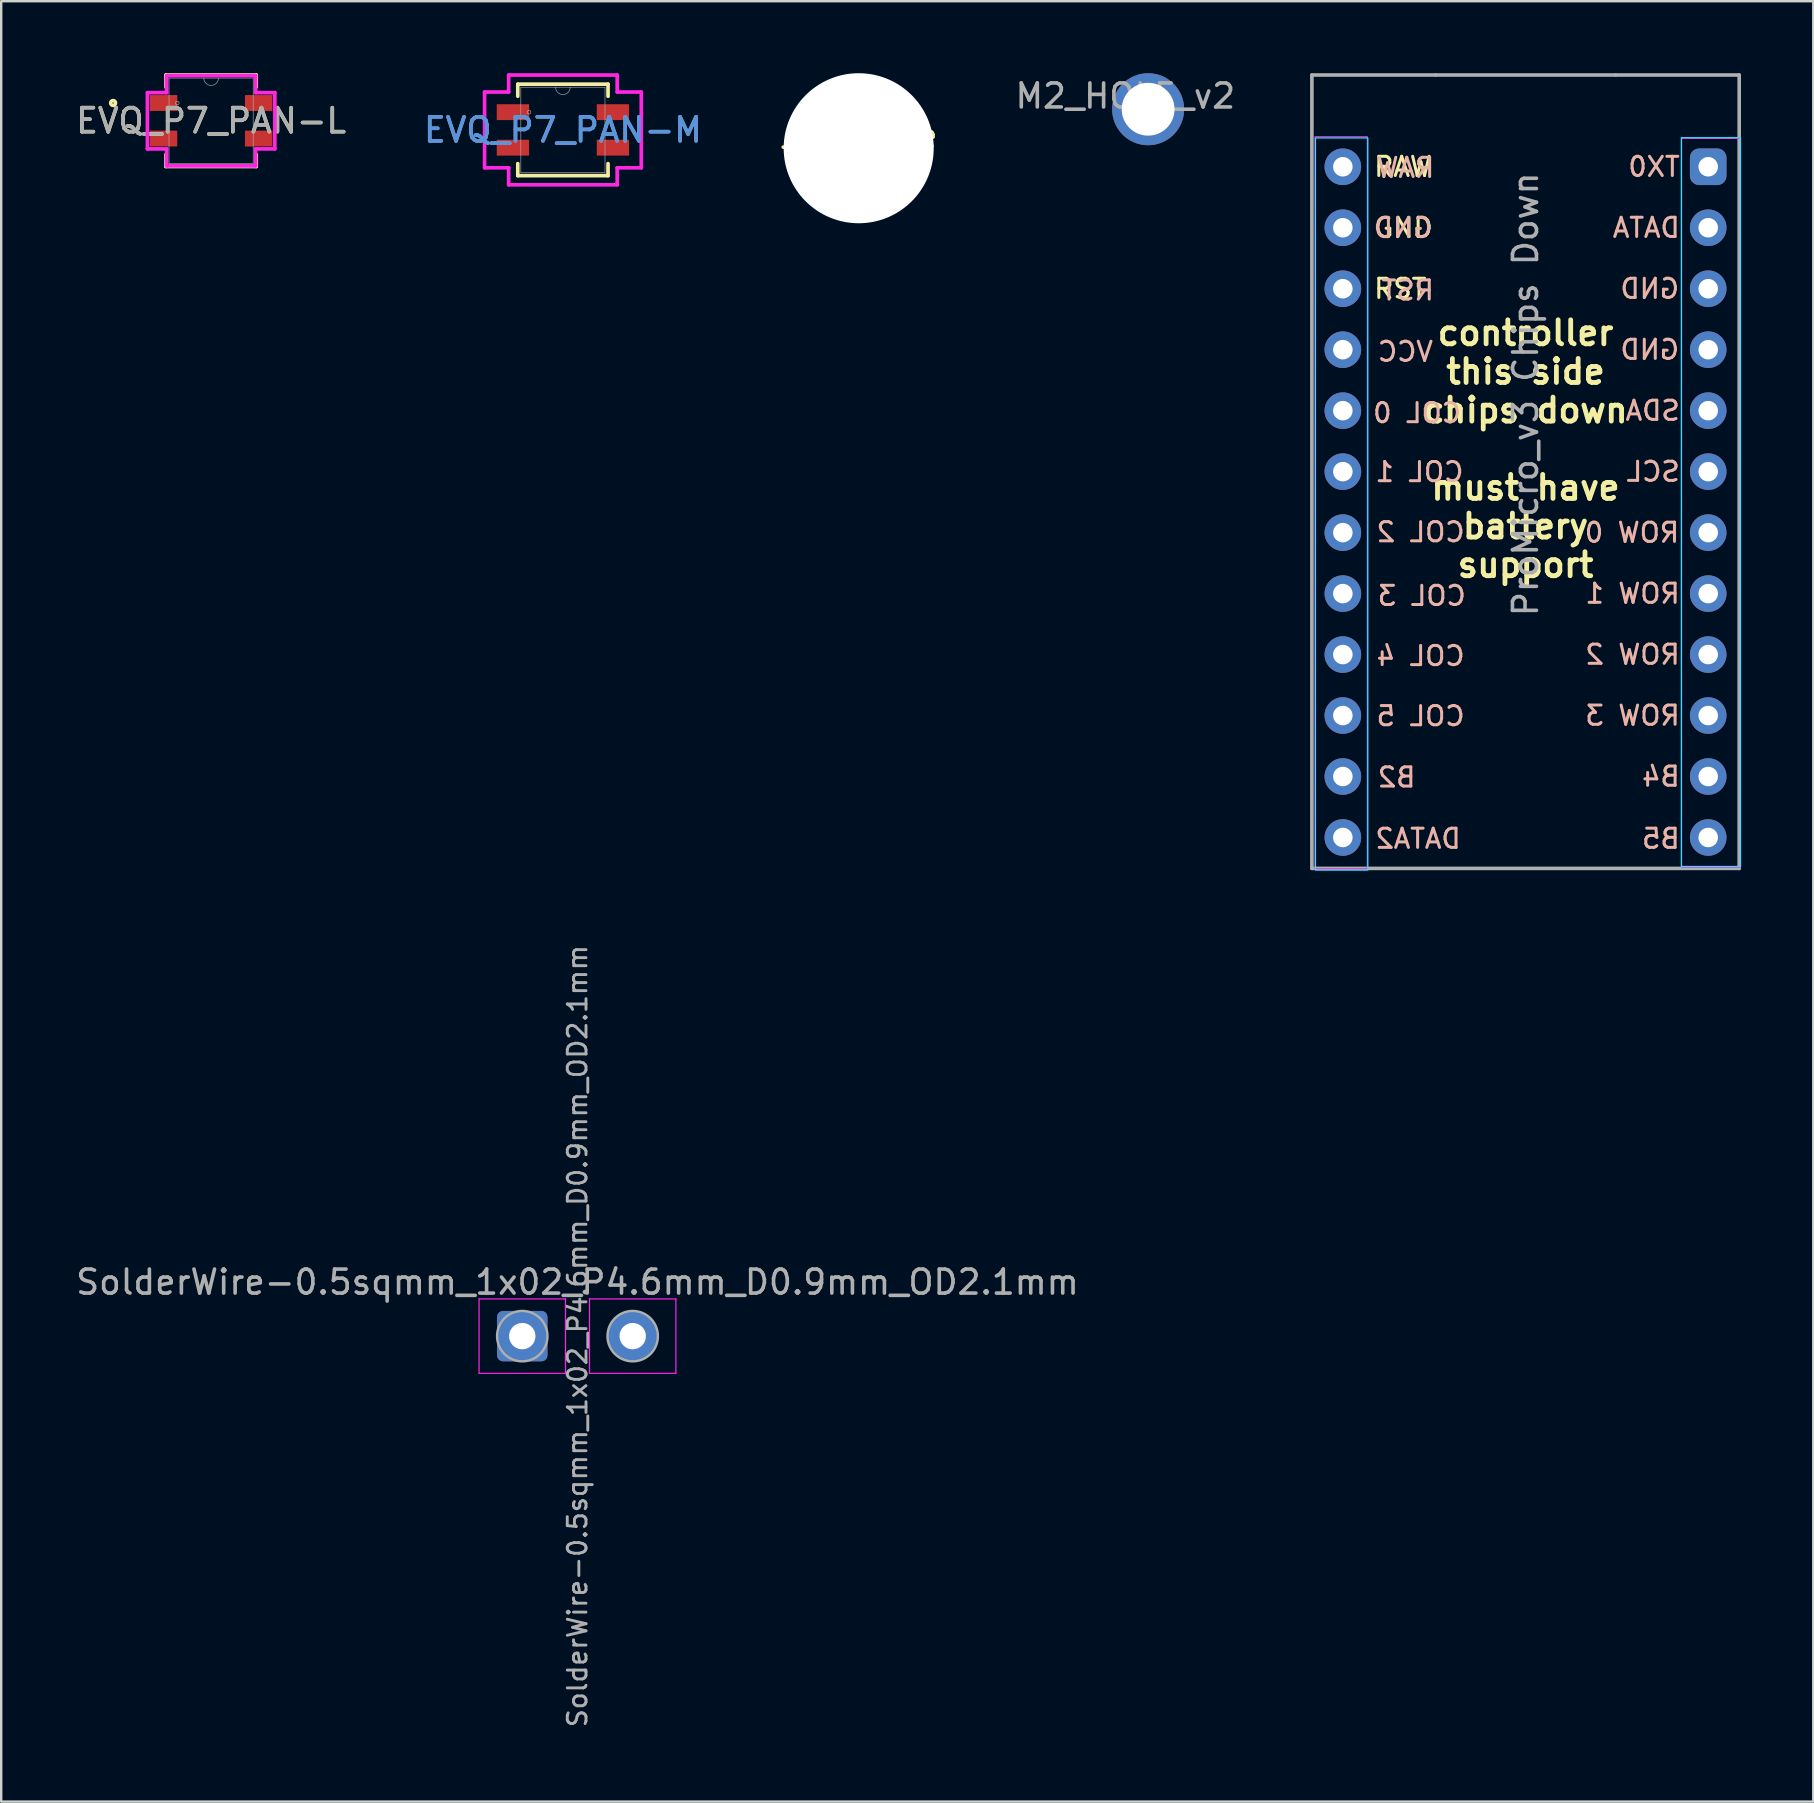
<source format=kicad_pcb>
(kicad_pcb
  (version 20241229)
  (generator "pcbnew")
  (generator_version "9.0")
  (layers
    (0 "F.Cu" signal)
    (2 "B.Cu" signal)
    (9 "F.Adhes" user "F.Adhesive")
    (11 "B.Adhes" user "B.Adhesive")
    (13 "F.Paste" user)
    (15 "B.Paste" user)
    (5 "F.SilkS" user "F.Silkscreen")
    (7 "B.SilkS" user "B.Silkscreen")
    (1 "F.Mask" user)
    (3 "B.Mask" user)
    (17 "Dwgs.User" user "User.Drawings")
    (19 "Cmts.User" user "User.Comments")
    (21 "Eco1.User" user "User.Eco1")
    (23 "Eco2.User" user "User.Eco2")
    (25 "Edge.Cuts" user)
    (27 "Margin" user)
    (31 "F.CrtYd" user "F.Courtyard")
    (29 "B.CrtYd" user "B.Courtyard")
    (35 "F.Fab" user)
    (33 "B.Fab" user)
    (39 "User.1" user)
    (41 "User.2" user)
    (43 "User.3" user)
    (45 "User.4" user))
  (footprint "ProMicro_v3 Chips Down"
    (layer "F.Cu")
    (at 60.499 18.375)
    (property "Reference" "ProMicro_v3 Chips Down" (at 0 -5 270) (layer "F.Fab") (effects (font (size 1 1) (thickness 0.15) (bold yes))))
    (attr through_hole)
    (fp_rect (start -6.57 -15.68) (end -8.75 14.82) (stroke (width 0.05) (type solid)) (fill no) (layer "B.CrtYd"))
    (fp_rect (start 6.49 14.67) (end 8.95 -15.69) (stroke (width 0.05) (type solid)) (fill no) (layer "B.CrtYd"))
    (fp_rect (start -8.77 -15.73) (end -6.59 14.77) (stroke (width 0.05) (type solid)) (fill no) (layer "F.CrtYd"))
    (fp_rect (start 8.96 14.7) (end 6.5 -15.66) (stroke (width 0.05) (type solid)) (fill no) (layer "F.CrtYd"))
    (fp_line (start -8.9 -18.3) (end -3.75 -18.3) (stroke (width 0.15) (type solid)) (layer "F.Fab"))
    (fp_line (start -8.9 14.75) (end -8.9 -18.3) (stroke (width 0.15) (type solid)) (layer "F.Fab"))
    (fp_line (start -3.75 -18.3) (end 3.75 -18.3) (stroke (width 0.15) (type solid)) (layer "F.Fab"))
    (fp_line (start 3.76 -18.3) (end 8.9 -18.3) (stroke (width 0.15) (type solid)) (layer "F.Fab"))
    (fp_line (start 8.9 -18.3) (end 8.9 14.75) (stroke (width 0.15) (type solid)) (layer "F.Fab"))
    (fp_line (start 8.9 14.75) (end -8.9 14.75) (stroke (width 0.15) (type solid)) (layer "F.Fab"))
    (fp_text user "RST" (at -5.217 -9.398 0) (unlocked yes) (layer "F.SilkS") (effects (font (size 0.8 0.8) (thickness 0.125))))
    (fp_text user "GND" (at -5.084 -11.938 0) (unlocked yes) (layer "F.SilkS") (effects (font (size 0.8 0.8) (thickness 0.125))))
    (fp_text user "RAW" (at -5.103 -14.478 0) (unlocked yes) (layer "F.SilkS") (effects (font (size 0.8 0.8) (thickness 0.125))))
    (fp_text user "TX0" (at 6.502 -14.478 0) (unlocked yes) (layer "B.SilkS") (effects (font (size 0.8 0.8) (thickness 0.125)) (justify left mirror)))
    (fp_text user "SDA" (at 6.502 -4.318 0) (unlocked yes) (layer "B.SilkS") (effects (font (size 0.8 0.8) (thickness 0.125)) (justify left mirror)))
    (fp_text user "ROW 3" (at 6.502 8.382 0) (unlocked yes) (layer "B.SilkS") (effects (font (size 0.8 0.8) (thickness 0.125)) (justify left mirror)))
    (fp_text user "B4" (at 6.502 10.922 0) (unlocked yes) (layer "B.SilkS") (effects (font (size 0.8 0.8) (thickness 0.125)) (justify left mirror)))
    (fp_text user "GND" (at 5.175 -6.858 0) (unlocked yes) (layer "B.SilkS") (effects (font (size 0.8 0.8) (thickness 0.125)) (justify mirror)))
    (fp_text user "GND" (at 5.175 -9.398 0) (unlocked yes) (layer "B.SilkS") (effects (font (size 0.8 0.8) (thickness 0.125)) (justify mirror)))
    (fp_text user "B2" (at -6.233 10.956 0) (unlocked yes) (layer "B.SilkS") (effects (font (size 0.8 0.8) (thickness 0.125)) (justify right mirror)))
    (fp_text user "DATA" (at 6.502 -11.938 0) (unlocked yes) (layer "B.SilkS") (effects (font (size 0.8 0.8) (thickness 0.125)) (justify left mirror)))
    (fp_text user "GND" (at -5.103 -11.932 0) (unlocked yes) (layer "B.SilkS") (effects (font (size 0.8 0.8) (thickness 0.125)) (justify mirror)))
    (fp_text user "ROW 0" (at 4.432 0.762 0) (unlocked yes) (layer "B.SilkS") (effects (font (size 0.8 0.8) (thickness 0.125)) (justify mirror)))
    (fp_text user "COL 2" (at -6.282 0.74 0) (unlocked yes) (layer "B.SilkS") (effects (font (size 0.8 0.8) (thickness 0.125)) (justify right mirror)))
    (fp_text user "DATA2" (at -6.331 13.51 0) (unlocked yes) (layer "B.SilkS") (effects (font (size 0.8 0.8) (thickness 0.125)) (justify right mirror)))
    (fp_text user "ROW 2" (at 6.502 5.842 0) (unlocked yes) (layer "B.SilkS") (effects (font (size 0.8 0.8) (thickness 0.125)) (justify left mirror)))
    (fp_text user "ROW 1" (at 6.502 3.302 0) (unlocked yes) (layer "B.SilkS") (effects (font (size 0.8 0.8) (thickness 0.125)) (justify left mirror)))
    (fp_text user "COL 0" (at -6.429 -4.221 0) (unlocked yes) (layer "B.SilkS") (effects (font (size 0.8 0.8) (thickness 0.125)) (justify right mirror)))
    (fp_text user "VCC" (at -5.005 -6.775 0) (unlocked yes) (layer "B.SilkS") (effects (font (size 0.8 0.8) (thickness 0.125)) (justify mirror)))
    (fp_text user "RAW" (at -5.005 -14.437 0) (unlocked yes) (layer "B.SilkS") (effects (font (size 0.8 0.8) (thickness 0.125)) (justify mirror)))
    (fp_text user "COL 1" (at -6.331 -1.765 0) (unlocked yes) (layer "B.SilkS") (effects (font (size 0.8 0.8) (thickness 0.125)) (justify right mirror)))
    (fp_text user "COL 4" (at -6.282 5.897 0) (unlocked yes) (layer "B.SilkS") (effects (font (size 0.8 0.8) (thickness 0.125)) (justify right mirror)))
    (fp_text user "COL 3" (at -6.233 3.392 0) (unlocked yes) (layer "B.SilkS") (effects (font (size 0.8 0.8) (thickness 0.125)) (justify right mirror)))
    (fp_text user "B5" (at 6.502 13.51 0) (unlocked yes) (layer "B.SilkS") (effects (font (size 0.8 0.8) (thickness 0.125)) (justify left mirror)))
    (fp_text user "COL 5" (at -6.282 8.402 0) (unlocked yes) (layer "B.SilkS") (effects (font (size 0.8 0.8) (thickness 0.125)) (justify right mirror)))
    (fp_text user "SCL" (at 6.502 -1.778 0) (unlocked yes) (layer "B.SilkS") (effects (font (size 0.8 0.8) (thickness 0.125)) (justify left mirror)))
    (fp_text user "RST" (at -4.907 -9.329 0) (unlocked yes) (layer "B.SilkS") (effects (font (size 0.8 0.8) (thickness 0.125)) (justify mirror)))
    (fp_text_box "controller\nthis side\nchips down\n\nmust have battery support\n\n" (start -6.35 -8.89) (end 6.35 13.97) (margins 0.75 0.75 0.75 0.75) (layer "F.SilkS") (effects (font (size 1 1) (thickness 0.2) (bold yes)) (justify top)) (border no) (stroke (width -0.000001) (type solid)))
    (pad "1" thru_hole roundrect (at 7.609 -14.478) (size 1.524 1.524) (drill 0.813) (layers "*.Cu" "B.Mask") (roundrect_rratio 0.25))
    (pad "2" thru_hole circle (at 7.609 -11.938) (size 1.524 1.524) (drill 0.813) (layers "*.Cu" "B.Mask"))
    (pad "3" thru_hole circle (at 7.609 -9.398) (size 1.524 1.524) (drill 0.813) (layers "*.Cu" "B.Mask"))
    (pad "4" thru_hole circle (at 7.609 -6.858) (size 1.524 1.524) (drill 0.813) (layers "*.Cu" "B.Mask"))
    (pad "5" thru_hole circle (at 7.609 -4.318) (size 1.524 1.524) (drill 0.813) (layers "*.Cu" "B.Mask"))
    (pad "6" thru_hole circle (at 7.609 -1.778) (size 1.524 1.524) (drill 0.813) (layers "*.Cu" "B.Mask"))
    (pad "7" thru_hole circle (at 7.609 0.762) (size 1.524 1.524) (drill 0.813) (layers "*.Cu" "B.Mask"))
    (pad "8" thru_hole circle (at 7.609 3.302) (size 1.524 1.524) (drill 0.813) (layers "*.Cu" "B.Mask"))
    (pad "9" thru_hole circle (at 7.609 5.842) (size 1.524 1.524) (drill 0.813) (layers "*.Cu" "B.Mask"))
    (pad "10" thru_hole circle (at 7.609 8.382) (size 1.524 1.524) (drill 0.813) (layers "*.Cu" "B.Mask"))
    (pad "11" thru_hole circle (at 7.609 10.922) (size 1.524 1.524) (drill 0.813) (layers "*.Cu" "B.Mask"))
    (pad "12" thru_hole circle (at 7.609 13.462) (size 1.524 1.524) (drill 0.813) (layers "*.Cu" "B.Mask"))
    (pad "13" thru_hole circle (at -7.611 13.462) (size 1.524 1.524) (drill 0.813) (layers "*.Cu" "B.Mask"))
    (pad "14" thru_hole circle (at -7.611 10.922) (size 1.524 1.524) (drill 0.813) (layers "*.Cu" "B.Mask"))
    (pad "15" thru_hole circle (at -7.611 8.382) (size 1.524 1.524) (drill 0.813) (layers "*.Cu" "B.Mask"))
    (pad "16" thru_hole circle (at -7.611 5.842) (size 1.524 1.524) (drill 0.813) (layers "*.Cu" "B.Mask"))
    (pad "17" thru_hole circle (at -7.611 3.302) (size 1.524 1.524) (drill 0.813) (layers "*.Cu" "B.Mask"))
    (pad "18" thru_hole circle (at -7.611 0.762) (size 1.524 1.524) (drill 0.813) (layers "*.Cu" "B.Mask"))
    (pad "19" thru_hole circle (at -7.611 -1.778) (size 1.524 1.524) (drill 0.813) (layers "*.Cu" "B.Mask"))
    (pad "20" thru_hole circle (at -7.611 -4.318) (size 1.524 1.524) (drill 0.813) (layers "*.Cu" "B.Mask"))
    (pad "21" thru_hole circle (at -7.611 -6.858) (size 1.524 1.524) (drill 0.813) (layers "*.Cu" "B.Mask"))
    (pad "22" thru_hole circle (at -7.611 -9.398) (size 1.524 1.524) (drill 0.813) (layers "*.Cu" "B.Mask"))
    (pad "23" thru_hole circle (at -7.611 -11.938) (size 1.524 1.524) (drill 0.813) (layers "*.Cu" "B.Mask"))
    (pad "24" thru_hole circle (at -7.611 -14.478) (size 1.524 1.524) (drill 0.813) (layers "*.Cu" "B.Mask")))
  (footprint "M2_HOLE_v2"
    (layer "F.Cu")
    (at 44.777 1.5)
    (property "Reference" "M2_HOLE_v2" (at -0.95 -0.55 0) (layer "F.Fab") (effects (font (size 1 1) (thickness 0.15))))
    (attr exclude_from_pos_files exclude_from_bom)
    (pad "" np_thru_hole circle (at 0 0 180) (size 3 3) (drill 2.2) (layers "*.Cu" "*.Mask")))
  (footprint "JST Hole"
    (layer "F.Cu")
    (at 32.72 3.125)
    (property "Reference" "JST Hole" (at 0 -0.5 0) (unlocked yes) (layer "F.SilkS") (effects (font (size 1 1) (thickness 0.15))))
    (attr through_hole)
    (pad "" np_thru_hole circle (at 0 0 180) (size 6.25 6.25) (drill 6.25) (layers "*.Cu" "*.Mask")))
  (footprint "EVQ_P7_PAN-L"
    (layer "F.Cu")
    (at 5.744 1.981)
    (property "Reference" "EVQ_P7_PAN-L" (at 0 0 0) (unlocked yes) (layer "F.SilkS") (effects (font (size 1 1) (thickness 0.15))))
    (attr smd)
    (fp_line (start -1.88 -1.905) (end -1.88 -1.403) (stroke (width 0.152) (type solid)) (layer "F.SilkS"))
    (fp_line (start -1.88 1.403) (end -1.88 1.905) (stroke (width 0.152) (type solid)) (layer "F.SilkS"))
    (fp_line (start -1.88 1.905) (end 1.88 1.905) (stroke (width 0.152) (type solid)) (layer "F.SilkS"))
    (fp_line (start 1.88 -1.905) (end -1.88 -1.905) (stroke (width 0.152) (type solid)) (layer "F.SilkS"))
    (fp_line (start 1.88 -1.403) (end 1.88 -1.905) (stroke (width 0.152) (type solid)) (layer "F.SilkS"))
    (fp_line (start 1.88 1.905) (end 1.88 1.403) (stroke (width 0.152) (type solid)) (layer "F.SilkS"))
    (fp_circle (center -4.083 -0.74) (end -3.982 -0.74) (stroke (width 0.152) (type solid)) (fill no) (layer "F.SilkS"))
    (fp_line (start -2.654 -1.172) (end -1.854 -1.172) (stroke (width 0.152) (type solid)) (layer "F.CrtYd"))
    (fp_line (start -2.654 1.172) (end -2.654 -1.172) (stroke (width 0.152) (type solid)) (layer "F.CrtYd"))
    (fp_line (start -2.654 1.172) (end -1.854 1.172) (stroke (width 0.152) (type solid)) (layer "F.CrtYd"))
    (fp_line (start -1.854 -1.88) (end 1.854 -1.88) (stroke (width 0.152) (type solid)) (layer "F.CrtYd"))
    (fp_line (start -1.854 -1.172) (end -1.854 -1.88) (stroke (width 0.152) (type solid)) (layer "F.CrtYd"))
    (fp_line (start -1.854 1.88) (end -1.854 1.172) (stroke (width 0.152) (type solid)) (layer "F.CrtYd"))
    (fp_line (start 1.854 -1.88) (end 1.854 -1.172) (stroke (width 0.152) (type solid)) (layer "F.CrtYd"))
    (fp_line (start 1.854 1.172) (end 1.854 1.88) (stroke (width 0.152) (type solid)) (layer "F.CrtYd"))
    (fp_line (start 1.854 1.88) (end -1.854 1.88) (stroke (width 0.152) (type solid)) (layer "F.CrtYd"))
    (fp_line (start 2.654 -1.172) (end 1.854 -1.172) (stroke (width 0.152) (type solid)) (layer "F.CrtYd"))
    (fp_line (start 2.654 -1.172) (end 2.654 1.172) (stroke (width 0.152) (type solid)) (layer "F.CrtYd"))
    (fp_line (start 2.654 1.172) (end 1.854 1.172) (stroke (width 0.152) (type solid)) (layer "F.CrtYd"))
    (fp_line (start -1.753 -1.778) (end -1.753 1.778) (stroke (width 0.025) (type solid)) (layer "F.Fab"))
    (fp_line (start -1.753 1.778) (end 1.753 1.778) (stroke (width 0.025) (type solid)) (layer "F.Fab"))
    (fp_line (start 1.753 -1.778) (end -1.753 -1.778) (stroke (width 0.025) (type solid)) (layer "F.Fab"))
    (fp_line (start 1.753 1.778) (end 1.753 -1.778) (stroke (width 0.025) (type solid)) (layer "F.Fab"))
    (fp_arc (start 0.3048 -1.778) (mid 0 -1.4732) (end -0.3048 -1.778) (stroke (width 0.0254) (type solid)) (layer "F.Fab"))
    (fp_circle (center -1.41 -0.74) (end -1.333 -0.74) (stroke (width 0.025) (type solid)) (fill no) (layer "F.Fab"))
    (fp_text user "${REFERENCE}" (at 0 0 0) (unlocked yes) (layer "F.Fab") (effects (font (size 1 1) (thickness 0.15))))
    (pad "1" smd rect (at -1.981 -0.74) (size 1.143 0.66) (layers "F.Cu" "F.Mask" "F.Paste"))
    (pad "1*" smd rect (at 1.981 -0.74) (size 1.143 0.66) (layers "F.Cu" "F.Mask" "F.Paste"))
    (pad "2" smd rect (at -1.981 0.74) (size 1.143 0.66) (layers "F.Cu" "F.Mask" "F.Paste"))
    (pad "2*" smd rect (at 1.981 0.74) (size 1.143 0.66) (layers "F.Cu" "F.Mask" "F.Paste")))
  (footprint "SolderWire-0.5sqmm_1x02_P4.6mm_D0.9mm_OD2.1mm"
    (layer "F.Cu")
    (at 18.706 52.609)
    (property "Reference" "SolderWire-0.5sqmm_1x02_P4.6mm_D0.9mm_OD2.1mm" (at 2.3 -2.25 0) (layer "F.Fab") (effects (font (size 1 1) (thickness 0.15))))
    (attr exclude_from_pos_files exclude_from_bom)
    (fp_line (start -1.8 -1.55) (end -1.8 1.55) (stroke (width 0.05) (type solid)) (layer "F.CrtYd"))
    (fp_line (start -1.8 1.55) (end 1.8 1.55) (stroke (width 0.05) (type solid)) (layer "F.CrtYd"))
    (fp_line (start 1.8 -1.55) (end -1.8 -1.55) (stroke (width 0.05) (type solid)) (layer "F.CrtYd"))
    (fp_line (start 1.8 1.55) (end 1.8 -1.55) (stroke (width 0.05) (type solid)) (layer "F.CrtYd"))
    (fp_line (start 2.8 -1.55) (end 2.8 1.55) (stroke (width 0.05) (type solid)) (layer "F.CrtYd"))
    (fp_line (start 2.8 1.55) (end 6.4 1.55) (stroke (width 0.05) (type solid)) (layer "F.CrtYd"))
    (fp_line (start 6.4 -1.55) (end 2.8 -1.55) (stroke (width 0.05) (type solid)) (layer "F.CrtYd"))
    (fp_line (start 6.4 1.55) (end 6.4 -1.55) (stroke (width 0.05) (type solid)) (layer "F.CrtYd"))
    (fp_circle (center 0 0) (end 1.05 0) (stroke (width 0.1) (type solid)) (fill no) (layer "F.Fab"))
    (fp_circle (center 4.6 0) (end 5.65 0) (stroke (width 0.1) (type solid)) (fill no) (layer "F.Fab"))
    (fp_text user "${REFERENCE}" (at 2.3 0 90) (layer "F.Fab") (effects (font (size 0.78 0.78) (thickness 0.12))))
    (pad "1" thru_hole roundrect (at 0 0) (size 2.1 2.1) (drill 1.1) (layers "*.Cu" "*.Mask") (roundrect_rratio 0.119))
    (pad "2" thru_hole circle (at 4.6 0) (size 2.1 2.1) (drill 1.1) (layers "*.Cu" "*.Mask")))
  (footprint "EVQ_P7_PAN-M"
    (layer "F.Cu")
    (at 20.399 2.362)
    (property "Reference" "EVQ_P7_PAN-M" (at 0 0 0) (unlocked yes) (layer "Cmts.User") (effects (font (size 1 1) (thickness 0.15))))
    (attr smd)
    (fp_line (start -1.88 -1.905) (end -1.88 -1.403) (stroke (width 0.152) (type solid)) (layer "F.SilkS"))
    (fp_line (start -1.88 1.403) (end -1.88 1.905) (stroke (width 0.152) (type solid)) (layer "F.SilkS"))
    (fp_line (start -1.88 1.905) (end 1.88 1.905) (stroke (width 0.152) (type solid)) (layer "F.SilkS"))
    (fp_line (start 1.88 -1.905) (end -1.88 -1.905) (stroke (width 0.152) (type solid)) (layer "F.SilkS"))
    (fp_line (start 1.88 -1.403) (end 1.88 -1.905) (stroke (width 0.152) (type solid)) (layer "F.SilkS"))
    (fp_line (start 1.88 1.905) (end 1.88 1.403) (stroke (width 0.152) (type solid)) (layer "F.SilkS"))
    (fp_line (start -3.264 -1.578) (end -2.261 -1.578) (stroke (width 0.152) (type solid)) (layer "F.CrtYd"))
    (fp_line (start -3.264 1.578) (end -3.264 -1.578) (stroke (width 0.152) (type solid)) (layer "F.CrtYd"))
    (fp_line (start -3.264 1.578) (end -2.261 1.578) (stroke (width 0.152) (type solid)) (layer "F.CrtYd"))
    (fp_line (start -2.261 -2.286) (end 2.261 -2.286) (stroke (width 0.152) (type solid)) (layer "F.CrtYd"))
    (fp_line (start -2.261 -1.578) (end -2.261 -2.286) (stroke (width 0.152) (type solid)) (layer "F.CrtYd"))
    (fp_line (start -2.261 2.286) (end -2.261 1.578) (stroke (width 0.152) (type solid)) (layer "F.CrtYd"))
    (fp_line (start 2.261 -2.286) (end 2.261 -1.578) (stroke (width 0.152) (type solid)) (layer "F.CrtYd"))
    (fp_line (start 2.261 1.578) (end 2.261 2.286) (stroke (width 0.152) (type solid)) (layer "F.CrtYd"))
    (fp_line (start 2.261 2.286) (end -2.261 2.286) (stroke (width 0.152) (type solid)) (layer "F.CrtYd"))
    (fp_line (start 3.264 -1.578) (end 2.261 -1.578) (stroke (width 0.152) (type solid)) (layer "F.CrtYd"))
    (fp_line (start 3.264 -1.578) (end 3.264 1.578) (stroke (width 0.152) (type solid)) (layer "F.CrtYd"))
    (fp_line (start 3.264 1.578) (end 2.261 1.578) (stroke (width 0.152) (type solid)) (layer "F.CrtYd"))
    (fp_line (start -1.753 -1.778) (end -1.753 1.778) (stroke (width 0.025) (type solid)) (layer "F.Fab"))
    (fp_line (start -1.753 1.778) (end 1.753 1.778) (stroke (width 0.025) (type solid)) (layer "F.Fab"))
    (fp_line (start 1.753 -1.778) (end -1.753 -1.778) (stroke (width 0.025) (type solid)) (layer "F.Fab"))
    (fp_line (start 1.753 1.778) (end 1.753 -1.778) (stroke (width 0.025) (type solid)) (layer "F.Fab"))
    (fp_arc (start 0.3048 -1.778) (mid 0 -1.4732) (end -0.3048 -1.778) (stroke (width 0.0254) (type solid)) (layer "F.Fab"))
    (fp_circle (center -1.41 -0.74) (end -1.333 -0.74) (stroke (width 0.025) (type solid)) (fill no) (layer "F.Fab"))
    (fp_text user "${REFERENCE}" (at 0 0 0) (unlocked yes) (layer "F.Fab") (effects (font (size 1 1) (thickness 0.15))))
    (pad "1" smd rect (at -2.083 -0.74) (size 1.346 0.66) (layers "F.Cu" "F.Mask" "F.Paste"))
    (pad "1*" smd rect (at 2.083 -0.74) (size 1.346 0.66) (layers "F.Cu" "F.Mask" "F.Paste"))
    (pad "2" smd rect (at -2.083 0.74) (size 1.346 0.66) (layers "F.Cu" "F.Mask" "F.Paste"))
    (pad "2*" smd rect (at 2.083 0.74) (size 1.346 0.66) (layers "F.Cu" "F.Mask" "F.Paste")))
  (gr_rect
    (start -3 -3)
    (end 72.484 71.998)
    (stroke (width 0.1) (type default))
    (fill no)
    (layer "Edge.Cuts")))
</source>
